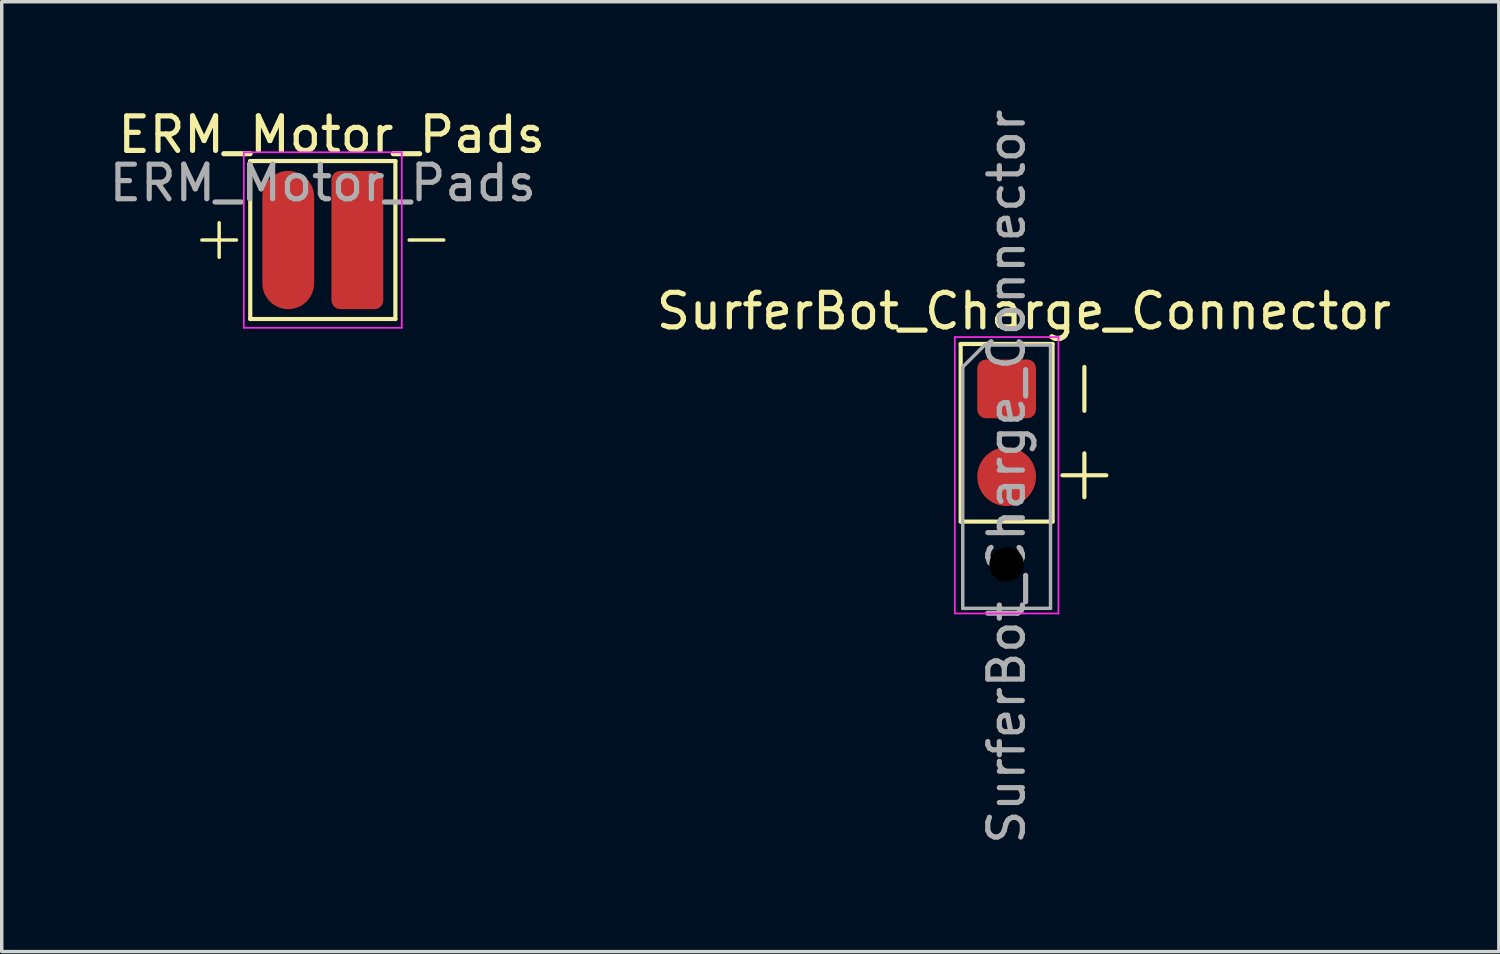
<source format=kicad_pcb>
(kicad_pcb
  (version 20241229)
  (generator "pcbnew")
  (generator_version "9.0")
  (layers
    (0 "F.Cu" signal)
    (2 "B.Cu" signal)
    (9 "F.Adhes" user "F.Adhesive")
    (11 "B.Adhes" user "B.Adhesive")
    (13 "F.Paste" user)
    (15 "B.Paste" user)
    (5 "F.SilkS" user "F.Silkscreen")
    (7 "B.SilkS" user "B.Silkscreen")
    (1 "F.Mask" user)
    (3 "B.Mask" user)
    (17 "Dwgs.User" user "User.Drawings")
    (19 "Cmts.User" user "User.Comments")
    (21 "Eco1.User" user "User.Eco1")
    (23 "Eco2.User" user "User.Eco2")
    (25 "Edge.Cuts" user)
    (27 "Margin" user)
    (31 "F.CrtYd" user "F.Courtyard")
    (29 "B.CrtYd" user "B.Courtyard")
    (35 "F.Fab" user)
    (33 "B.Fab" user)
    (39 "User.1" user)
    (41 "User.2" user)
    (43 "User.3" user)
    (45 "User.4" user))
  (footprint "SurferBot_Charge_Connector"
    (layer "F.Cu")
    (at 26.081 8.204)
    (property "Reference" "SurferBot_Charge_Connector" (at 0.5 -2.25 0) (layer "F.SilkS") (effects (font (size 1 1) (thickness 0.15))))
    (attr through_hole)
    (fp_line (start -1.33 -1.3) (end -1.33 3.84) (stroke (width 0.12) (type solid)) (layer "F.SilkS"))
    (fp_line (start -1.33 -1.3) (end 1.33 -1.3) (stroke (width 0.12) (type solid)) (layer "F.SilkS"))
    (fp_line (start -1.33 3.84) (end 1.33 3.84) (stroke (width 0.12) (type solid)) (layer "F.SilkS"))
    (fp_line (start 1.33 -1.3) (end 1.33 3.84) (stroke (width 0.12) (type solid)) (layer "F.SilkS"))
    (fp_line (start 1.615 2.5) (end 2.885 2.5) (stroke (width 0.12) (type solid)) (layer "F.SilkS"))
    (fp_line (start 2.25 -0.635) (end 2.25 0.635) (stroke (width 0.12) (type solid)) (layer "F.SilkS"))
    (fp_line (start 2.25 1.865) (end 2.25 3.135) (stroke (width 0.12) (type solid)) (layer "F.SilkS"))
    (fp_line (start -1.5 -1.5) (end -1.5 6.5) (stroke (width 0.05) (type solid)) (layer "F.CrtYd"))
    (fp_line (start -1.5 6.5) (end 1.5 6.5) (stroke (width 0.05) (type solid)) (layer "F.CrtYd"))
    (fp_line (start 1.5 -1.5) (end -1.5 -1.5) (stroke (width 0.05) (type solid)) (layer "F.CrtYd"))
    (fp_line (start 1.5 6.5) (end 1.5 -1.5) (stroke (width 0.05) (type solid)) (layer "F.CrtYd"))
    (fp_line (start -1.27 -0.635) (end -0.635 -1.27) (stroke (width 0.1) (type solid)) (layer "F.Fab"))
    (fp_line (start -1.27 6.35) (end -1.27 -0.635) (stroke (width 0.1) (type solid)) (layer "F.Fab"))
    (fp_line (start -0.635 -1.27) (end 1.27 -1.27) (stroke (width 0.1) (type solid)) (layer "F.Fab"))
    (fp_line (start 1.27 -1.27) (end 1.27 6.35) (stroke (width 0.1) (type solid)) (layer "F.Fab"))
    (fp_line (start 1.27 6.35) (end -1.27 6.35) (stroke (width 0.1) (type solid)) (layer "F.Fab"))
    (fp_text user "${REFERENCE}" (at 0 2.54 90) (layer "F.Fab") (effects (font (size 1 1) (thickness 0.15))))
    (pad "" np_thru_hole oval (at 0 5.08) (size 1.7 1.7) (drill 1) (layers "F.Mask"))
    (pad "1" smd roundrect (at 0 0) (size 1.7 1.7) (layers "F.Cu" "F.Mask" "F.Paste") (roundrect_rratio 0.147))
    (pad "2" smd oval (at 0 2.54) (size 1.7 1.7) (layers "F.Cu" "F.Mask" "F.Paste")))
  (footprint "ERM_Motor_Pads"
    (layer "F.Cu")
    (at 6.292 3.896)
    (property "Reference" "ERM_Motor_Pads" (at 0.254 -3.048 0) (layer "F.SilkS") (effects (font (size 1 1) (thickness 0.15))))
    (fp_line (start -3.5 0) (end -2.5 0) (stroke (width 0.1) (type default)) (layer "F.SilkS"))
    (fp_line (start -3 -0.5) (end -3 0.5) (stroke (width 0.1) (type default)) (layer "F.SilkS"))
    (fp_line (start -2.1 -2.286) (end 2.1 -2.286) (stroke (width 0.12) (type solid)) (layer "F.SilkS"))
    (fp_line (start -2.1 2.286) (end -2.1 -2.286) (stroke (width 0.12) (type solid)) (layer "F.SilkS"))
    (fp_line (start 2.1 -2.286) (end 2.1 2.286) (stroke (width 0.12) (type solid)) (layer "F.SilkS"))
    (fp_line (start 2.1 2.286) (end -2.1 2.286) (stroke (width 0.12) (type solid)) (layer "F.SilkS"))
    (fp_line (start 2.5 0) (end 3.5 0) (stroke (width 0.1) (type default)) (layer "F.SilkS"))
    (fp_line (start -2.286 -2.54) (end -2.286 2.54) (stroke (width 0.05) (type solid)) (layer "F.CrtYd"))
    (fp_line (start -2.286 -2.54) (end 2.286 -2.54) (stroke (width 0.05) (type solid)) (layer "F.CrtYd"))
    (fp_line (start 2.286 2.54) (end -2.286 2.54) (stroke (width 0.05) (type solid)) (layer "F.CrtYd"))
    (fp_line (start 2.286 2.54) (end 2.286 -2.54) (stroke (width 0.05) (type solid)) (layer "F.CrtYd"))
    (fp_text user "${REFERENCE}" (at 0 -1.65 0) (layer "F.Fab") (effects (font (size 1 1) (thickness 0.15))))
    (pad "1" smd oval (at -1 0) (size 1.5 4) (layers "F.Cu" "F.Mask"))
    (pad "2" smd roundrect (at 1 0) (size 1.5 4) (layers "F.Cu" "F.Mask") (roundrect_rratio 0.167)))
  (gr_rect
    (start -3 -3)
    (end 40.325 24.488)
    (stroke (width 0.1) (type default))
    (fill no)
    (layer "Edge.Cuts")))
</source>
